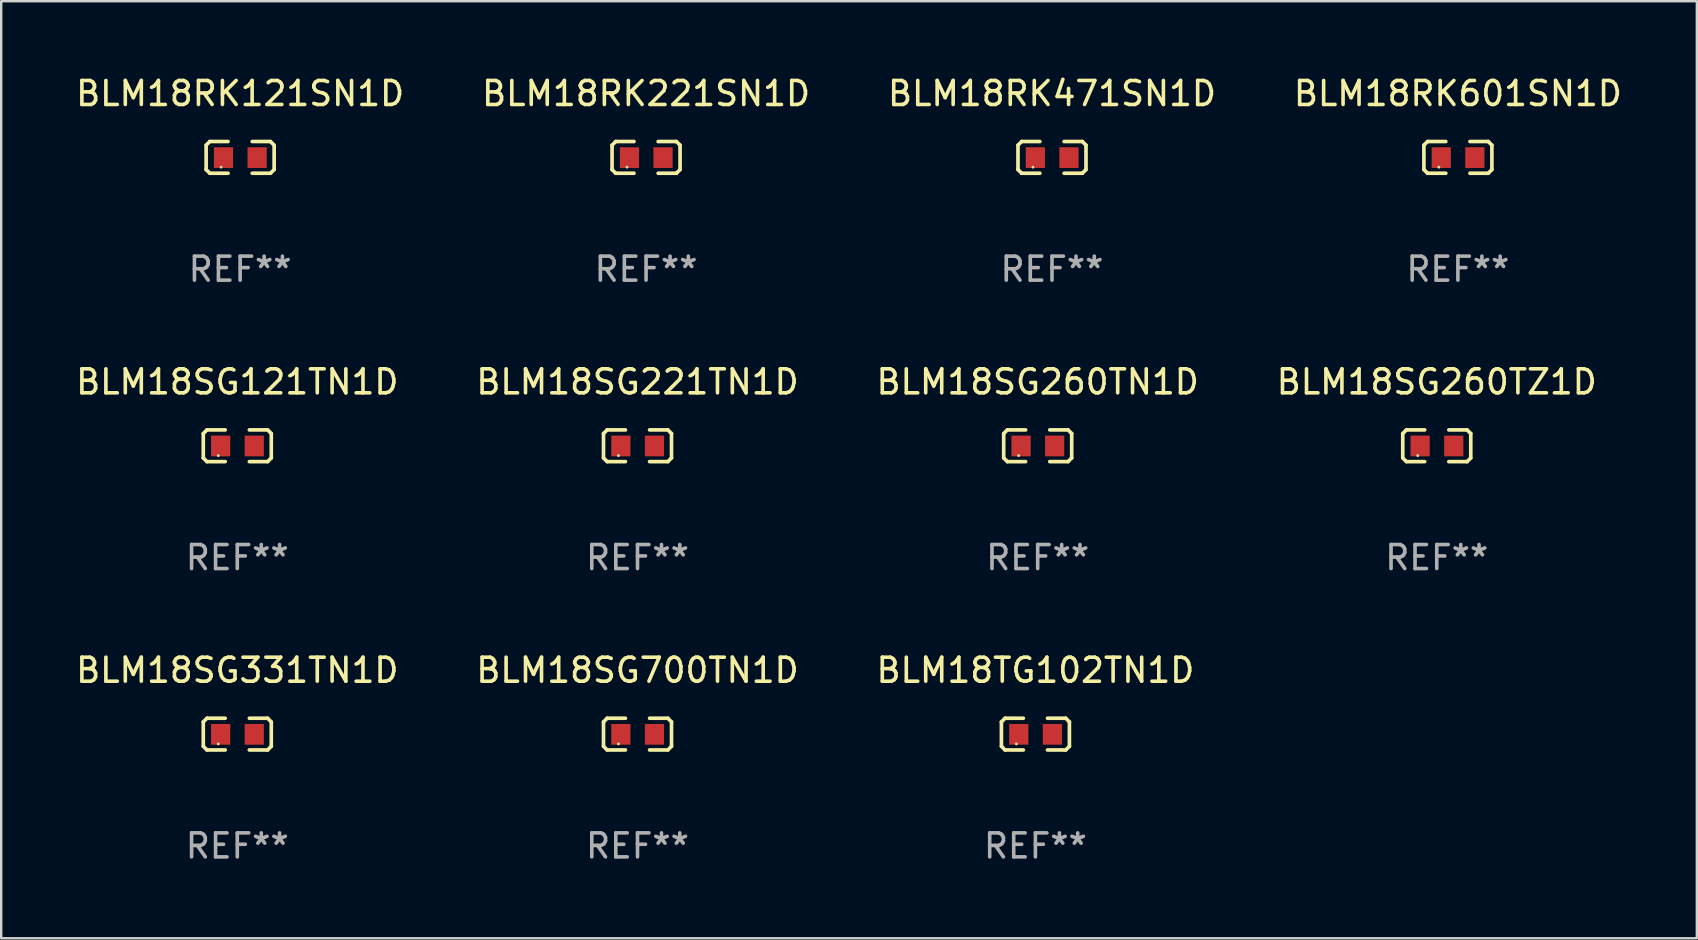
<source format=kicad_pcb>
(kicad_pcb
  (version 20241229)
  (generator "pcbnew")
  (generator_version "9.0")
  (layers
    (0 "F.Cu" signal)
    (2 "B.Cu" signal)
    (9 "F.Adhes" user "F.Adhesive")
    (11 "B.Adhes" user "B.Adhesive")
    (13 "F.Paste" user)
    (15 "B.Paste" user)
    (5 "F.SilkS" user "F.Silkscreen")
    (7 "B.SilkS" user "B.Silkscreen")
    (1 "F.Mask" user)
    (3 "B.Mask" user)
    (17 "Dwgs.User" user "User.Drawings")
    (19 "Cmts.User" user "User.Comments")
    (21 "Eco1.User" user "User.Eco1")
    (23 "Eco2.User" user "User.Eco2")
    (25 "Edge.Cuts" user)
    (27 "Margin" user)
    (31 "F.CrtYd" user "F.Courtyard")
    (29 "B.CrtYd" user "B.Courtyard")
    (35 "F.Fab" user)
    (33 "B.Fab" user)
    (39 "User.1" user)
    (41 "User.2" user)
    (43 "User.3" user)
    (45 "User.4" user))
  (footprint "BLM18SG121TN1D"
    (layer "F.Cu")
    (at 6.839 15.527)
    (property "Reference" "BLM18SG121TN1D" (at 0 -2.661 0) (layer "F.SilkS") (effects (font (size 1 1) (thickness 0.15))))
    (attr through_hole)
    (fp_line (start -1.417 -0.508) (end -1.265 -0.661) (stroke (width 0.152) (type solid)) (layer "F.SilkS"))
    (fp_line (start -1.417 0.508) (end -1.417 -0.508) (stroke (width 0.152) (type solid)) (layer "F.SilkS"))
    (fp_line (start -1.265 -0.661) (end -0.503 -0.661) (stroke (width 0.152) (type solid)) (layer "F.SilkS"))
    (fp_line (start -1.265 0.661) (end -1.417 0.508) (stroke (width 0.152) (type solid)) (layer "F.SilkS"))
    (fp_line (start -1.265 0.661) (end -0.503 0.661) (stroke (width 0.152) (type solid)) (layer "F.SilkS"))
    (fp_line (start 1.265 -0.661) (end 0.503 -0.661) (stroke (width 0.152) (type solid)) (layer "F.SilkS"))
    (fp_line (start 1.265 -0.661) (end 1.417 -0.508) (stroke (width 0.152) (type solid)) (layer "F.SilkS"))
    (fp_line (start 1.265 0.661) (end 0.503 0.661) (stroke (width 0.152) (type solid)) (layer "F.SilkS"))
    (fp_line (start 1.417 -0.508) (end 1.417 0.508) (stroke (width 0.152) (type solid)) (layer "F.SilkS"))
    (fp_line (start 1.417 0.508) (end 1.265 0.661) (stroke (width 0.152) (type solid)) (layer "F.SilkS"))
    (fp_circle (center -0.793 0.409) (end -0.763 0.409) (stroke (width 0.06) (type solid)) (fill no) (layer "F.SilkS"))
    (fp_text user "REF**" (at 0 4.661 0) (layer "F.Fab") (effects (font (size 1 1) (thickness 0.15))))
    (pad "1" smd rect (at -0.693 0.009 180) (size 0.8 0.864) (layers "F.Cu" "F.Mask" "F.Paste"))
    (pad "2" smd rect (at 0.707 0.009 180) (size 0.8 0.864) (layers "F.Cu" "F.Mask" "F.Paste")))
  (footprint "BLM18SG221TN1D"
    (layer "F.Cu")
    (at 23.518 15.527)
    (property "Reference" "BLM18SG221TN1D" (at 0 -2.661 0) (layer "F.SilkS") (effects (font (size 1 1) (thickness 0.15))))
    (attr through_hole)
    (fp_line (start -1.417 -0.508) (end -1.265 -0.661) (stroke (width 0.152) (type solid)) (layer "F.SilkS"))
    (fp_line (start -1.417 0.508) (end -1.417 -0.508) (stroke (width 0.152) (type solid)) (layer "F.SilkS"))
    (fp_line (start -1.265 -0.661) (end -0.503 -0.661) (stroke (width 0.152) (type solid)) (layer "F.SilkS"))
    (fp_line (start -1.265 0.661) (end -1.417 0.508) (stroke (width 0.152) (type solid)) (layer "F.SilkS"))
    (fp_line (start -1.265 0.661) (end -0.503 0.661) (stroke (width 0.152) (type solid)) (layer "F.SilkS"))
    (fp_line (start 1.265 -0.661) (end 0.503 -0.661) (stroke (width 0.152) (type solid)) (layer "F.SilkS"))
    (fp_line (start 1.265 -0.661) (end 1.417 -0.508) (stroke (width 0.152) (type solid)) (layer "F.SilkS"))
    (fp_line (start 1.265 0.661) (end 0.503 0.661) (stroke (width 0.152) (type solid)) (layer "F.SilkS"))
    (fp_line (start 1.417 -0.508) (end 1.417 0.508) (stroke (width 0.152) (type solid)) (layer "F.SilkS"))
    (fp_line (start 1.417 0.508) (end 1.265 0.661) (stroke (width 0.152) (type solid)) (layer "F.SilkS"))
    (fp_circle (center -0.793 0.409) (end -0.763 0.409) (stroke (width 0.06) (type solid)) (fill no) (layer "F.SilkS"))
    (fp_text user "REF**" (at 0 4.661 0) (layer "F.Fab") (effects (font (size 1 1) (thickness 0.15))))
    (pad "1" smd rect (at -0.693 0.009 180) (size 0.8 0.864) (layers "F.Cu" "F.Mask" "F.Paste"))
    (pad "2" smd rect (at 0.707 0.009 180) (size 0.8 0.864) (layers "F.Cu" "F.Mask" "F.Paste")))
  (footprint "BLM18SG700TN1D"
    (layer "F.Cu")
    (at 23.518 27.544)
    (property "Reference" "BLM18SG700TN1D" (at 0 -2.661 0) (layer "F.SilkS") (effects (font (size 1 1) (thickness 0.15))))
    (attr through_hole)
    (fp_line (start -1.417 -0.508) (end -1.265 -0.661) (stroke (width 0.152) (type solid)) (layer "F.SilkS"))
    (fp_line (start -1.417 0.508) (end -1.417 -0.508) (stroke (width 0.152) (type solid)) (layer "F.SilkS"))
    (fp_line (start -1.265 -0.661) (end -0.503 -0.661) (stroke (width 0.152) (type solid)) (layer "F.SilkS"))
    (fp_line (start -1.265 0.661) (end -1.417 0.508) (stroke (width 0.152) (type solid)) (layer "F.SilkS"))
    (fp_line (start -1.265 0.661) (end -0.503 0.661) (stroke (width 0.152) (type solid)) (layer "F.SilkS"))
    (fp_line (start 1.265 -0.661) (end 0.503 -0.661) (stroke (width 0.152) (type solid)) (layer "F.SilkS"))
    (fp_line (start 1.265 -0.661) (end 1.417 -0.508) (stroke (width 0.152) (type solid)) (layer "F.SilkS"))
    (fp_line (start 1.265 0.661) (end 0.503 0.661) (stroke (width 0.152) (type solid)) (layer "F.SilkS"))
    (fp_line (start 1.417 -0.508) (end 1.417 0.508) (stroke (width 0.152) (type solid)) (layer "F.SilkS"))
    (fp_line (start 1.417 0.508) (end 1.265 0.661) (stroke (width 0.152) (type solid)) (layer "F.SilkS"))
    (fp_circle (center -0.793 0.409) (end -0.763 0.409) (stroke (width 0.06) (type solid)) (fill no) (layer "F.SilkS"))
    (fp_text user "REF**" (at 0 4.661 0) (layer "F.Fab") (effects (font (size 1 1) (thickness 0.15))))
    (pad "1" smd rect (at -0.693 0.009 180) (size 0.8 0.864) (layers "F.Cu" "F.Mask" "F.Paste"))
    (pad "2" smd rect (at 0.707 0.009 180) (size 0.8 0.864) (layers "F.Cu" "F.Mask" "F.Paste")))
  (footprint "BLM18RK601SN1D"
    (layer "F.Cu")
    (at 57.708 3.509)
    (property "Reference" "BLM18RK601SN1D" (at 0 -2.661 0) (layer "F.SilkS") (effects (font (size 1 1) (thickness 0.15))))
    (attr through_hole)
    (fp_line (start -1.417 -0.508) (end -1.265 -0.661) (stroke (width 0.152) (type solid)) (layer "F.SilkS"))
    (fp_line (start -1.417 0.508) (end -1.417 -0.508) (stroke (width 0.152) (type solid)) (layer "F.SilkS"))
    (fp_line (start -1.265 -0.661) (end -0.503 -0.661) (stroke (width 0.152) (type solid)) (layer "F.SilkS"))
    (fp_line (start -1.265 0.661) (end -1.417 0.508) (stroke (width 0.152) (type solid)) (layer "F.SilkS"))
    (fp_line (start -1.265 0.661) (end -0.503 0.661) (stroke (width 0.152) (type solid)) (layer "F.SilkS"))
    (fp_line (start 1.265 -0.661) (end 0.503 -0.661) (stroke (width 0.152) (type solid)) (layer "F.SilkS"))
    (fp_line (start 1.265 -0.661) (end 1.417 -0.508) (stroke (width 0.152) (type solid)) (layer "F.SilkS"))
    (fp_line (start 1.265 0.661) (end 0.503 0.661) (stroke (width 0.152) (type solid)) (layer "F.SilkS"))
    (fp_line (start 1.417 -0.508) (end 1.417 0.508) (stroke (width 0.152) (type solid)) (layer "F.SilkS"))
    (fp_line (start 1.417 0.508) (end 1.265 0.661) (stroke (width 0.152) (type solid)) (layer "F.SilkS"))
    (fp_circle (center -0.793 0.409) (end -0.763 0.409) (stroke (width 0.06) (type solid)) (fill no) (layer "F.SilkS"))
    (fp_text user "REF**" (at 0 4.661 0) (layer "F.Fab") (effects (font (size 1 1) (thickness 0.15))))
    (pad "1" smd rect (at -0.693 0.009 180) (size 0.8 0.864) (layers "F.Cu" "F.Mask" "F.Paste"))
    (pad "2" smd rect (at 0.707 0.009 180) (size 0.8 0.864) (layers "F.Cu" "F.Mask" "F.Paste")))
  (footprint "BLM18TG102TN1D"
    (layer "F.Cu")
    (at 40.101 27.544)
    (property "Reference" "BLM18TG102TN1D" (at 0 -2.661 0) (layer "F.SilkS") (effects (font (size 1 1) (thickness 0.15))))
    (attr through_hole)
    (fp_line (start -1.417 -0.508) (end -1.265 -0.661) (stroke (width 0.152) (type solid)) (layer "F.SilkS"))
    (fp_line (start -1.417 0.508) (end -1.417 -0.508) (stroke (width 0.152) (type solid)) (layer "F.SilkS"))
    (fp_line (start -1.265 -0.661) (end -0.503 -0.661) (stroke (width 0.152) (type solid)) (layer "F.SilkS"))
    (fp_line (start -1.265 0.661) (end -1.417 0.508) (stroke (width 0.152) (type solid)) (layer "F.SilkS"))
    (fp_line (start -1.265 0.661) (end -0.503 0.661) (stroke (width 0.152) (type solid)) (layer "F.SilkS"))
    (fp_line (start 1.265 -0.661) (end 0.503 -0.661) (stroke (width 0.152) (type solid)) (layer "F.SilkS"))
    (fp_line (start 1.265 -0.661) (end 1.417 -0.508) (stroke (width 0.152) (type solid)) (layer "F.SilkS"))
    (fp_line (start 1.265 0.661) (end 0.503 0.661) (stroke (width 0.152) (type solid)) (layer "F.SilkS"))
    (fp_line (start 1.417 -0.508) (end 1.417 0.508) (stroke (width 0.152) (type solid)) (layer "F.SilkS"))
    (fp_line (start 1.417 0.508) (end 1.265 0.661) (stroke (width 0.152) (type solid)) (layer "F.SilkS"))
    (fp_circle (center -0.793 0.409) (end -0.763 0.409) (stroke (width 0.06) (type solid)) (fill no) (layer "F.SilkS"))
    (fp_text user "REF**" (at 0 4.661 0) (layer "F.Fab") (effects (font (size 1 1) (thickness 0.15))))
    (pad "1" smd rect (at -0.693 0.009 180) (size 0.8 0.864) (layers "F.Cu" "F.Mask" "F.Paste"))
    (pad "2" smd rect (at 0.707 0.009 180) (size 0.8 0.864) (layers "F.Cu" "F.Mask" "F.Paste")))
  (footprint "BLM18RK471SN1D"
    (layer "F.Cu")
    (at 40.792 3.509)
    (property "Reference" "BLM18RK471SN1D" (at 0 -2.661 0) (layer "F.SilkS") (effects (font (size 1 1) (thickness 0.15))))
    (attr through_hole)
    (fp_line (start -1.417 -0.508) (end -1.265 -0.661) (stroke (width 0.152) (type solid)) (layer "F.SilkS"))
    (fp_line (start -1.417 0.508) (end -1.417 -0.508) (stroke (width 0.152) (type solid)) (layer "F.SilkS"))
    (fp_line (start -1.265 -0.661) (end -0.503 -0.661) (stroke (width 0.152) (type solid)) (layer "F.SilkS"))
    (fp_line (start -1.265 0.661) (end -1.417 0.508) (stroke (width 0.152) (type solid)) (layer "F.SilkS"))
    (fp_line (start -1.265 0.661) (end -0.503 0.661) (stroke (width 0.152) (type solid)) (layer "F.SilkS"))
    (fp_line (start 1.265 -0.661) (end 0.503 -0.661) (stroke (width 0.152) (type solid)) (layer "F.SilkS"))
    (fp_line (start 1.265 -0.661) (end 1.417 -0.508) (stroke (width 0.152) (type solid)) (layer "F.SilkS"))
    (fp_line (start 1.265 0.661) (end 0.503 0.661) (stroke (width 0.152) (type solid)) (layer "F.SilkS"))
    (fp_line (start 1.417 -0.508) (end 1.417 0.508) (stroke (width 0.152) (type solid)) (layer "F.SilkS"))
    (fp_line (start 1.417 0.508) (end 1.265 0.661) (stroke (width 0.152) (type solid)) (layer "F.SilkS"))
    (fp_circle (center -0.793 0.409) (end -0.763 0.409) (stroke (width 0.06) (type solid)) (fill no) (layer "F.SilkS"))
    (fp_text user "REF**" (at 0 4.661 0) (layer "F.Fab") (effects (font (size 1 1) (thickness 0.15))))
    (pad "1" smd rect (at -0.693 0.009 180) (size 0.8 0.864) (layers "F.Cu" "F.Mask" "F.Paste"))
    (pad "2" smd rect (at 0.707 0.009 180) (size 0.8 0.864) (layers "F.Cu" "F.Mask" "F.Paste")))
  (footprint "BLM18SG260TZ1D"
    (layer "F.Cu")
    (at 56.827 15.527)
    (property "Reference" "BLM18SG260TZ1D" (at 0 -2.661 0) (layer "F.SilkS") (effects (font (size 1 1) (thickness 0.15))))
    (attr through_hole)
    (fp_line (start -1.417 -0.508) (end -1.265 -0.661) (stroke (width 0.152) (type solid)) (layer "F.SilkS"))
    (fp_line (start -1.417 0.508) (end -1.417 -0.508) (stroke (width 0.152) (type solid)) (layer "F.SilkS"))
    (fp_line (start -1.265 -0.661) (end -0.503 -0.661) (stroke (width 0.152) (type solid)) (layer "F.SilkS"))
    (fp_line (start -1.265 0.661) (end -1.417 0.508) (stroke (width 0.152) (type solid)) (layer "F.SilkS"))
    (fp_line (start -1.265 0.661) (end -0.503 0.661) (stroke (width 0.152) (type solid)) (layer "F.SilkS"))
    (fp_line (start 1.265 -0.661) (end 0.503 -0.661) (stroke (width 0.152) (type solid)) (layer "F.SilkS"))
    (fp_line (start 1.265 -0.661) (end 1.417 -0.508) (stroke (width 0.152) (type solid)) (layer "F.SilkS"))
    (fp_line (start 1.265 0.661) (end 0.503 0.661) (stroke (width 0.152) (type solid)) (layer "F.SilkS"))
    (fp_line (start 1.417 -0.508) (end 1.417 0.508) (stroke (width 0.152) (type solid)) (layer "F.SilkS"))
    (fp_line (start 1.417 0.508) (end 1.265 0.661) (stroke (width 0.152) (type solid)) (layer "F.SilkS"))
    (fp_circle (center -0.793 0.409) (end -0.763 0.409) (stroke (width 0.06) (type solid)) (fill no) (layer "F.SilkS"))
    (fp_text user "REF**" (at 0 4.661 0) (layer "F.Fab") (effects (font (size 1 1) (thickness 0.15))))
    (pad "1" smd rect (at -0.693 0.009 180) (size 0.8 0.864) (layers "F.Cu" "F.Mask" "F.Paste"))
    (pad "2" smd rect (at 0.707 0.009 180) (size 0.8 0.864) (layers "F.Cu" "F.Mask" "F.Paste")))
  (footprint "BLM18SG331TN1D"
    (layer "F.Cu")
    (at 6.839 27.544)
    (property "Reference" "BLM18SG331TN1D" (at 0 -2.661 0) (layer "F.SilkS") (effects (font (size 1 1) (thickness 0.15))))
    (attr through_hole)
    (fp_line (start -1.417 -0.508) (end -1.265 -0.661) (stroke (width 0.152) (type solid)) (layer "F.SilkS"))
    (fp_line (start -1.417 0.508) (end -1.417 -0.508) (stroke (width 0.152) (type solid)) (layer "F.SilkS"))
    (fp_line (start -1.265 -0.661) (end -0.503 -0.661) (stroke (width 0.152) (type solid)) (layer "F.SilkS"))
    (fp_line (start -1.265 0.661) (end -1.417 0.508) (stroke (width 0.152) (type solid)) (layer "F.SilkS"))
    (fp_line (start -1.265 0.661) (end -0.503 0.661) (stroke (width 0.152) (type solid)) (layer "F.SilkS"))
    (fp_line (start 1.265 -0.661) (end 0.503 -0.661) (stroke (width 0.152) (type solid)) (layer "F.SilkS"))
    (fp_line (start 1.265 -0.661) (end 1.417 -0.508) (stroke (width 0.152) (type solid)) (layer "F.SilkS"))
    (fp_line (start 1.265 0.661) (end 0.503 0.661) (stroke (width 0.152) (type solid)) (layer "F.SilkS"))
    (fp_line (start 1.417 -0.508) (end 1.417 0.508) (stroke (width 0.152) (type solid)) (layer "F.SilkS"))
    (fp_line (start 1.417 0.508) (end 1.265 0.661) (stroke (width 0.152) (type solid)) (layer "F.SilkS"))
    (fp_circle (center -0.793 0.409) (end -0.763 0.409) (stroke (width 0.06) (type solid)) (fill no) (layer "F.SilkS"))
    (fp_text user "REF**" (at 0 4.661 0) (layer "F.Fab") (effects (font (size 1 1) (thickness 0.15))))
    (pad "1" smd rect (at -0.693 0.009 180) (size 0.8 0.864) (layers "F.Cu" "F.Mask" "F.Paste"))
    (pad "2" smd rect (at 0.707 0.009 180) (size 0.8 0.864) (layers "F.Cu" "F.Mask" "F.Paste")))
  (footprint "BLM18SG260TN1D"
    (layer "F.Cu")
    (at 40.196 15.527)
    (property "Reference" "BLM18SG260TN1D" (at 0 -2.661 0) (layer "F.SilkS") (effects (font (size 1 1) (thickness 0.15))))
    (attr through_hole)
    (fp_line (start -1.417 -0.508) (end -1.265 -0.661) (stroke (width 0.152) (type solid)) (layer "F.SilkS"))
    (fp_line (start -1.417 0.508) (end -1.417 -0.508) (stroke (width 0.152) (type solid)) (layer "F.SilkS"))
    (fp_line (start -1.265 -0.661) (end -0.503 -0.661) (stroke (width 0.152) (type solid)) (layer "F.SilkS"))
    (fp_line (start -1.265 0.661) (end -1.417 0.508) (stroke (width 0.152) (type solid)) (layer "F.SilkS"))
    (fp_line (start -1.265 0.661) (end -0.503 0.661) (stroke (width 0.152) (type solid)) (layer "F.SilkS"))
    (fp_line (start 1.265 -0.661) (end 0.503 -0.661) (stroke (width 0.152) (type solid)) (layer "F.SilkS"))
    (fp_line (start 1.265 -0.661) (end 1.417 -0.508) (stroke (width 0.152) (type solid)) (layer "F.SilkS"))
    (fp_line (start 1.265 0.661) (end 0.503 0.661) (stroke (width 0.152) (type solid)) (layer "F.SilkS"))
    (fp_line (start 1.417 -0.508) (end 1.417 0.508) (stroke (width 0.152) (type solid)) (layer "F.SilkS"))
    (fp_line (start 1.417 0.508) (end 1.265 0.661) (stroke (width 0.152) (type solid)) (layer "F.SilkS"))
    (fp_circle (center -0.793 0.409) (end -0.763 0.409) (stroke (width 0.06) (type solid)) (fill no) (layer "F.SilkS"))
    (fp_text user "REF**" (at 0 4.661 0) (layer "F.Fab") (effects (font (size 1 1) (thickness 0.15))))
    (pad "1" smd rect (at -0.693 0.009 180) (size 0.8 0.864) (layers "F.Cu" "F.Mask" "F.Paste"))
    (pad "2" smd rect (at 0.707 0.009 180) (size 0.8 0.864) (layers "F.Cu" "F.Mask" "F.Paste")))
  (footprint "BLM18RK221SN1D"
    (layer "F.Cu")
    (at 23.875 3.509)
    (property "Reference" "BLM18RK221SN1D" (at 0 -2.661 0) (layer "F.SilkS") (effects (font (size 1 1) (thickness 0.15))))
    (attr through_hole)
    (fp_line (start -1.417 -0.508) (end -1.265 -0.661) (stroke (width 0.152) (type solid)) (layer "F.SilkS"))
    (fp_line (start -1.417 0.508) (end -1.417 -0.508) (stroke (width 0.152) (type solid)) (layer "F.SilkS"))
    (fp_line (start -1.265 -0.661) (end -0.503 -0.661) (stroke (width 0.152) (type solid)) (layer "F.SilkS"))
    (fp_line (start -1.265 0.661) (end -1.417 0.508) (stroke (width 0.152) (type solid)) (layer "F.SilkS"))
    (fp_line (start -1.265 0.661) (end -0.503 0.661) (stroke (width 0.152) (type solid)) (layer "F.SilkS"))
    (fp_line (start 1.265 -0.661) (end 0.503 -0.661) (stroke (width 0.152) (type solid)) (layer "F.SilkS"))
    (fp_line (start 1.265 -0.661) (end 1.417 -0.508) (stroke (width 0.152) (type solid)) (layer "F.SilkS"))
    (fp_line (start 1.265 0.661) (end 0.503 0.661) (stroke (width 0.152) (type solid)) (layer "F.SilkS"))
    (fp_line (start 1.417 -0.508) (end 1.417 0.508) (stroke (width 0.152) (type solid)) (layer "F.SilkS"))
    (fp_line (start 1.417 0.508) (end 1.265 0.661) (stroke (width 0.152) (type solid)) (layer "F.SilkS"))
    (fp_circle (center -0.793 0.409) (end -0.763 0.409) (stroke (width 0.06) (type solid)) (fill no) (layer "F.SilkS"))
    (fp_text user "REF**" (at 0 4.661 0) (layer "F.Fab") (effects (font (size 1 1) (thickness 0.15))))
    (pad "1" smd rect (at -0.693 0.009 180) (size 0.8 0.864) (layers "F.Cu" "F.Mask" "F.Paste"))
    (pad "2" smd rect (at 0.707 0.009 180) (size 0.8 0.864) (layers "F.Cu" "F.Mask" "F.Paste")))
  (footprint "BLM18RK121SN1D"
    (layer "F.Cu")
    (at 6.958 3.509)
    (property "Reference" "BLM18RK121SN1D" (at 0 -2.661 0) (layer "F.SilkS") (effects (font (size 1 1) (thickness 0.15))))
    (attr through_hole)
    (fp_line (start -1.417 -0.508) (end -1.265 -0.661) (stroke (width 0.152) (type solid)) (layer "F.SilkS"))
    (fp_line (start -1.417 0.508) (end -1.417 -0.508) (stroke (width 0.152) (type solid)) (layer "F.SilkS"))
    (fp_line (start -1.265 -0.661) (end -0.503 -0.661) (stroke (width 0.152) (type solid)) (layer "F.SilkS"))
    (fp_line (start -1.265 0.661) (end -1.417 0.508) (stroke (width 0.152) (type solid)) (layer "F.SilkS"))
    (fp_line (start -1.265 0.661) (end -0.503 0.661) (stroke (width 0.152) (type solid)) (layer "F.SilkS"))
    (fp_line (start 1.265 -0.661) (end 0.503 -0.661) (stroke (width 0.152) (type solid)) (layer "F.SilkS"))
    (fp_line (start 1.265 -0.661) (end 1.417 -0.508) (stroke (width 0.152) (type solid)) (layer "F.SilkS"))
    (fp_line (start 1.265 0.661) (end 0.503 0.661) (stroke (width 0.152) (type solid)) (layer "F.SilkS"))
    (fp_line (start 1.417 -0.508) (end 1.417 0.508) (stroke (width 0.152) (type solid)) (layer "F.SilkS"))
    (fp_line (start 1.417 0.508) (end 1.265 0.661) (stroke (width 0.152) (type solid)) (layer "F.SilkS"))
    (fp_circle (center -0.793 0.409) (end -0.763 0.409) (stroke (width 0.06) (type solid)) (fill no) (layer "F.SilkS"))
    (fp_text user "REF**" (at 0 4.661 0) (layer "F.Fab") (effects (font (size 1 1) (thickness 0.15))))
    (pad "1" smd rect (at -0.693 0.009 180) (size 0.8 0.864) (layers "F.Cu" "F.Mask" "F.Paste"))
    (pad "2" smd rect (at 0.707 0.009 180) (size 0.8 0.864) (layers "F.Cu" "F.Mask" "F.Paste")))
  (gr_rect
    (start -3 -3)
    (end 67.667 36.053)
    (stroke (width 0.1) (type default))
    (fill no)
    (layer "Edge.Cuts")))
</source>
